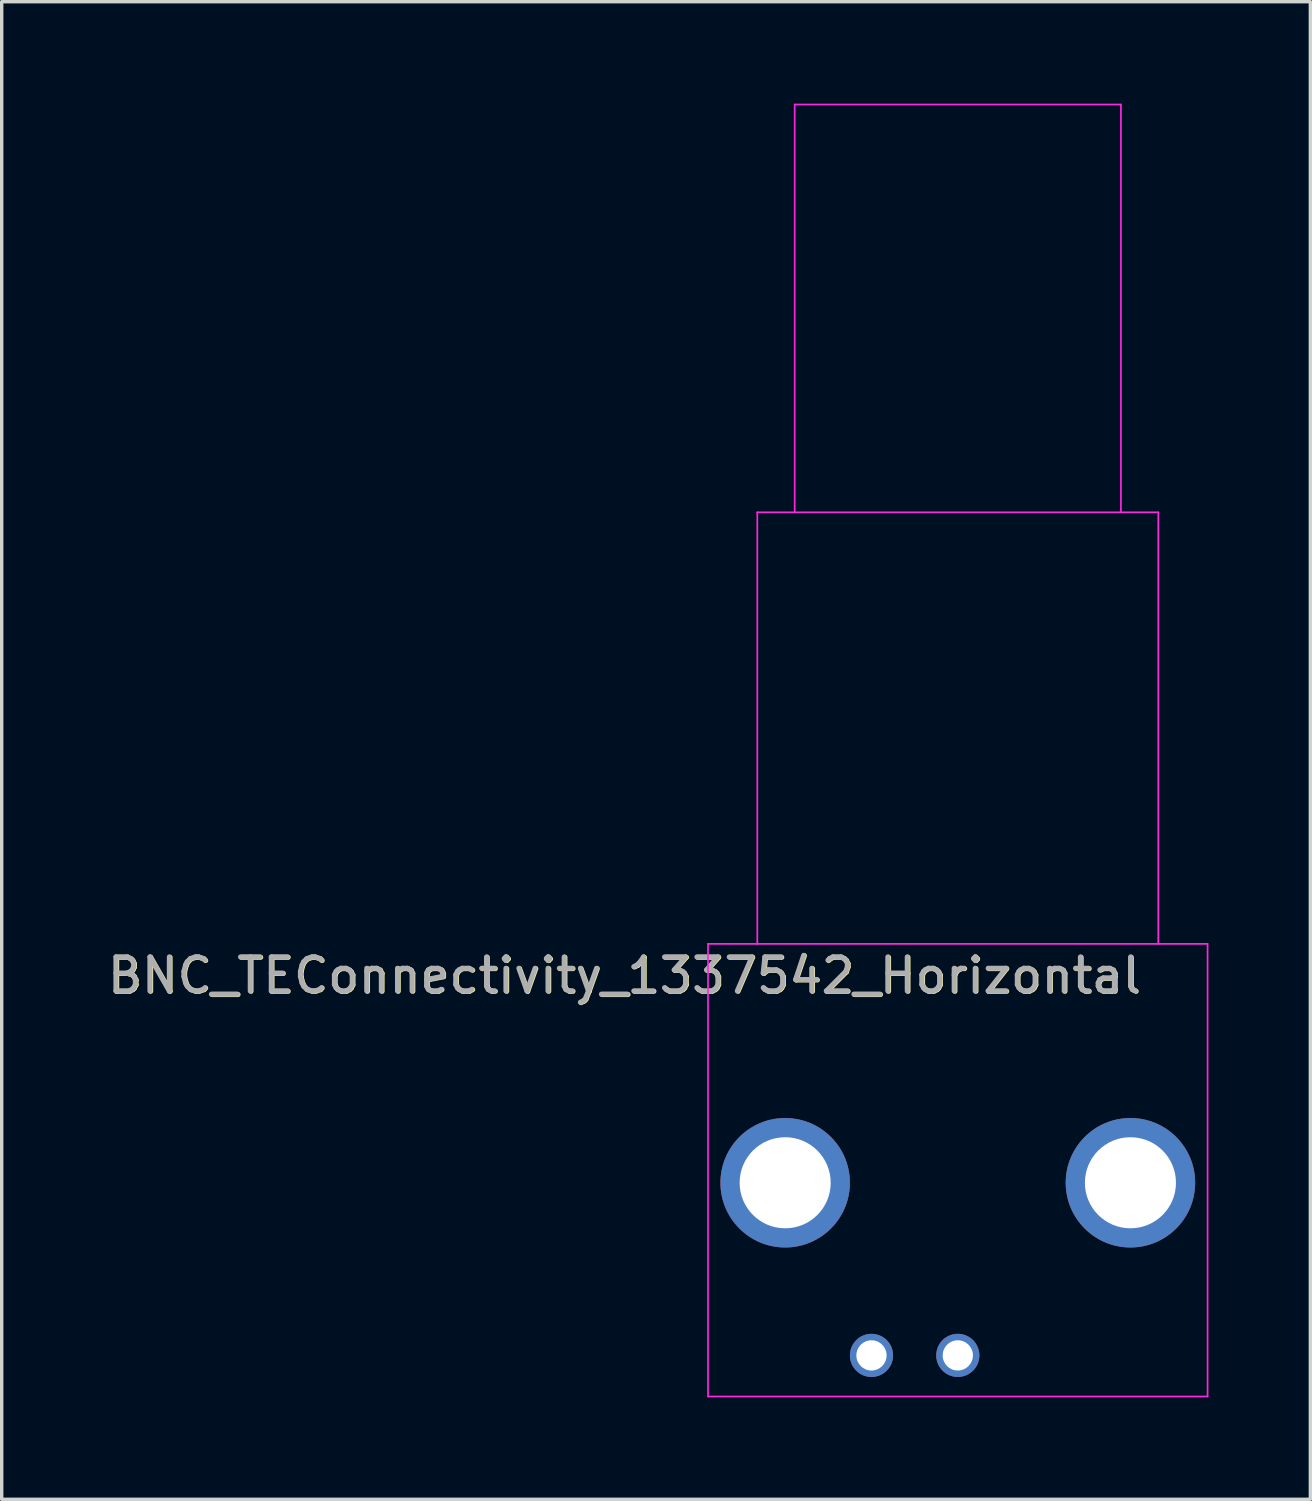
<source format=kicad_pcb>
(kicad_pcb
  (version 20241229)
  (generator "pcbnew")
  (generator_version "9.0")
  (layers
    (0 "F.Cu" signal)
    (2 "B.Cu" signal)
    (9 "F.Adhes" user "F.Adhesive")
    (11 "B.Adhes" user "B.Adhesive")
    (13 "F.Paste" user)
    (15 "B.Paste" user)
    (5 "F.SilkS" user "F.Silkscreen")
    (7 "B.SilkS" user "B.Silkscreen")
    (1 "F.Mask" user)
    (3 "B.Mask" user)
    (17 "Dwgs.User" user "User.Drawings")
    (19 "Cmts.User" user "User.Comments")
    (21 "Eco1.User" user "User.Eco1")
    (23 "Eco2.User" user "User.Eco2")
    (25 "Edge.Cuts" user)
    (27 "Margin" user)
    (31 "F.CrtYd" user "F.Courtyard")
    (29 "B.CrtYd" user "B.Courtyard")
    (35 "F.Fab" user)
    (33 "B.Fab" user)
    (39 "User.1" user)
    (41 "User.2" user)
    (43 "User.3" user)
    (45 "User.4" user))
  (footprint "BNC_TEConnectivity_1337542_Horizontal"
    (layer "F.Cu")
    (at 22.595 36.835)
    (property "Reference" "BNC_TEConnectivity_1337542_Horizontal" (at -7.26 -11.17 0) (layer "F.SilkS") (effects (font (size 1 1) (thickness 0.15))))
    (attr through_hole)
    (fp_line (start -4.81 -12.11) (end 9.89 -12.11) (stroke (width 0.05) (type solid)) (layer "F.CrtYd"))
    (fp_line (start -4.81 1.21) (end -4.81 -12.11) (stroke (width 0.05) (type solid)) (layer "F.CrtYd"))
    (fp_line (start -3.36 -24.81) (end 8.44 -24.81) (stroke (width 0.05) (type solid)) (layer "F.CrtYd"))
    (fp_line (start -3.36 -12.11) (end -3.36 -24.81) (stroke (width 0.05) (type solid)) (layer "F.CrtYd"))
    (fp_line (start -2.26 -36.81) (end 7.34 -36.81) (stroke (width 0.05) (type solid)) (layer "F.CrtYd"))
    (fp_line (start -2.26 -24.81) (end -2.26 -36.81) (stroke (width 0.05) (type solid)) (layer "F.CrtYd"))
    (fp_line (start 7.34 -24.81) (end 7.34 -36.81) (stroke (width 0.05) (type solid)) (layer "F.CrtYd"))
    (fp_line (start 8.44 -12.11) (end 8.44 -24.81) (stroke (width 0.05) (type solid)) (layer "F.CrtYd"))
    (fp_line (start 9.89 -12.11) (end 9.89 1.21) (stroke (width 0.05) (type solid)) (layer "F.CrtYd"))
    (fp_line (start 9.89 1.21) (end -4.81 1.21) (stroke (width 0.05) (type solid)) (layer "F.CrtYd"))
    (fp_text user "${REFERENCE}" (at -7.28 -11.18 0) (layer "F.Fab") (effects (font (size 1 1) (thickness 0.15))))
    (pad "1" thru_hole circle (at 0 0) (size 1.27 1.27) (drill 0.89) (layers "*.Cu" "*.Mask"))
    (pad "2" thru_hole circle (at 2.54 0) (size 1.27 1.27) (drill 0.89) (layers "*.Cu" "*.Mask"))
    (pad "3" thru_hole circle (at -2.54 -5.08) (size 3.81 3.81) (drill 2.68) (layers "*.Cu" "*.Mask"))
    (pad "3" thru_hole circle (at 7.62 -5.08) (size 3.81 3.81) (drill 2.68) (layers "*.Cu" "*.Mask")))
  (gr_rect
    (start -3 -3)
    (end 35.51 41.07)
    (stroke (width 0.1) (type default))
    (fill no)
    (layer "Edge.Cuts")))
</source>
